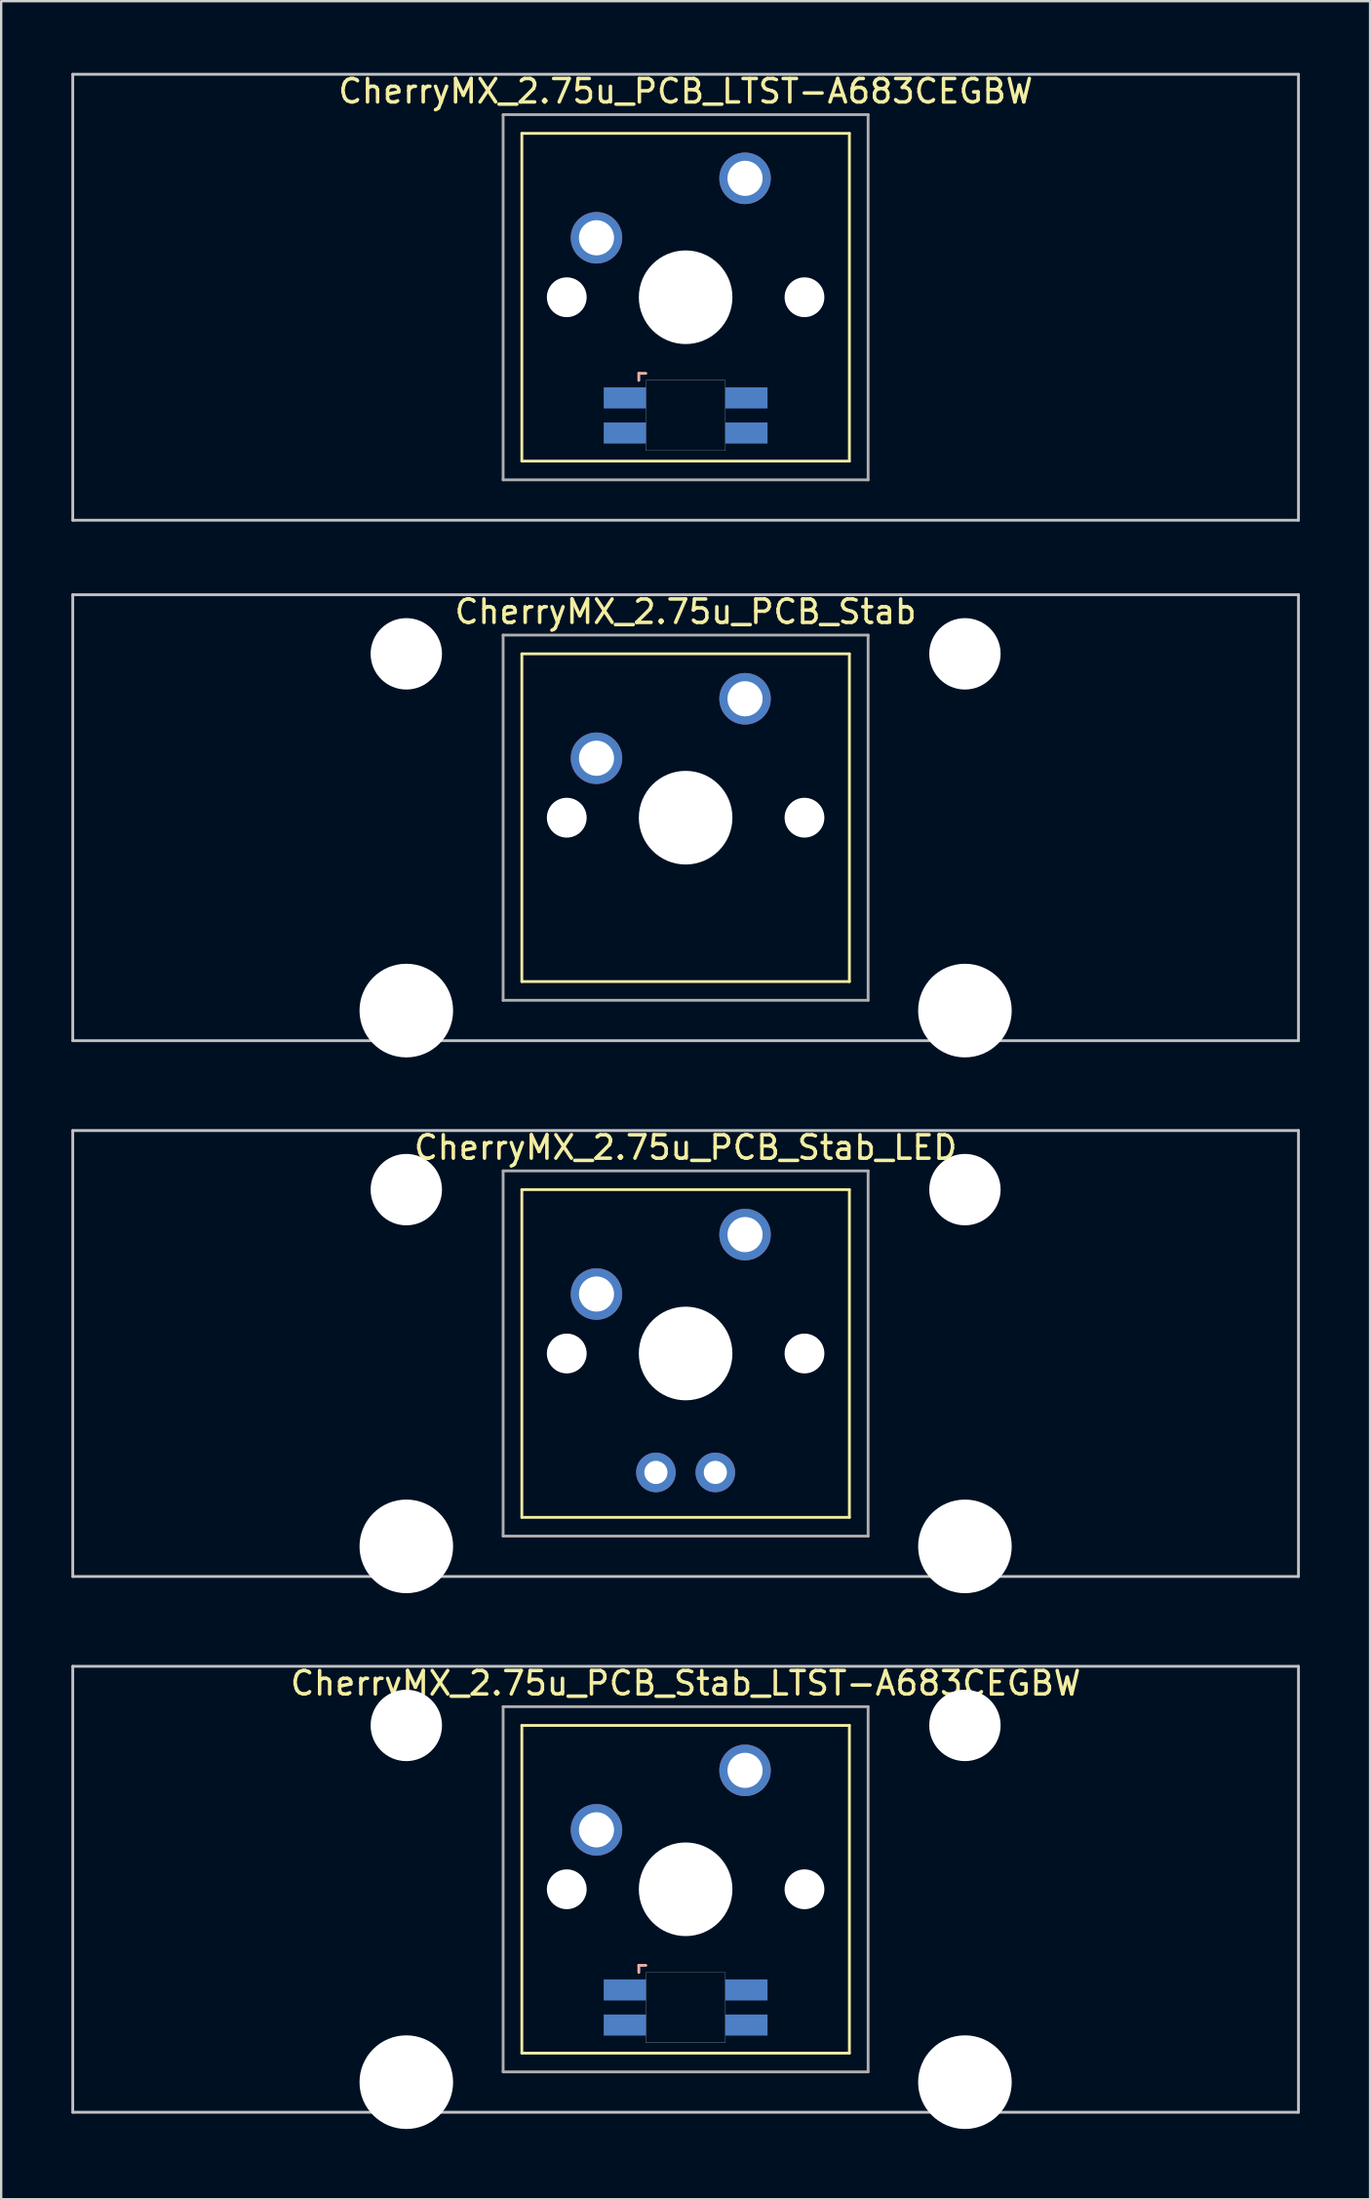
<source format=kicad_pcb>
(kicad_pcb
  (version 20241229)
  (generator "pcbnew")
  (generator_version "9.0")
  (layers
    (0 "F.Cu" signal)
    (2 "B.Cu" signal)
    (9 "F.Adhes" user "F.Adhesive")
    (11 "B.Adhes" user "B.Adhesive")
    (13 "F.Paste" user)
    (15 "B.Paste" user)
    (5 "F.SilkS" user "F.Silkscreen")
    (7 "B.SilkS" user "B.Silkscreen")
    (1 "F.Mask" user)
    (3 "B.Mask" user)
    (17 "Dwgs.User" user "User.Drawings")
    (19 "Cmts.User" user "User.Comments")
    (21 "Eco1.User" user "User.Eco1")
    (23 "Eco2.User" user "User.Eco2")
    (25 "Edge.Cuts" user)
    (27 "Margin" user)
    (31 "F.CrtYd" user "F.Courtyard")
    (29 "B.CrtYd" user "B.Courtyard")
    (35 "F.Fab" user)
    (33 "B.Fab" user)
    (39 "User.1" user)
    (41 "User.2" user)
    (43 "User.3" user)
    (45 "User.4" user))
  (footprint "CherryMX_2.75u_PCB_LTST-A683CEGBW"
    (layer "F.Cu")
    (at 26.254 9.648)
    (property "Reference" "CherryMX_2.75u_PCB_LTST-A683CEGBW" (at 0 -8.8 0) (layer "F.SilkS") (effects (font (size 1 1) (thickness 0.15))))
    (attr through_hole)
    (fp_line (start -7 -7) (end -7 7) (stroke (width 0.12) (type solid)) (layer "F.SilkS"))
    (fp_line (start -7 -7) (end 7 -7) (stroke (width 0.12) (type solid)) (layer "F.SilkS"))
    (fp_line (start 7 -7) (end 7 7) (stroke (width 0.12) (type solid)) (layer "F.SilkS"))
    (fp_line (start 7 7) (end -7 7) (stroke (width 0.12) (type solid)) (layer "F.SilkS"))
    (fp_line (start -2 3.25) (end -2 3.55) (stroke (width 0.12) (type solid)) (layer "B.SilkS"))
    (fp_line (start -1.7 3.25) (end -2 3.25) (stroke (width 0.12) (type solid)) (layer "B.SilkS"))
    (fp_line (start -26.194 -9.525) (end 26.194 -9.525) (stroke (width 0.12) (type solid)) (layer "Dwgs.User"))
    (fp_line (start -26.194 9.525) (end -26.194 -9.525) (stroke (width 0.12) (type solid)) (layer "Dwgs.User"))
    (fp_line (start 26.194 -9.525) (end 26.194 9.525) (stroke (width 0.12) (type solid)) (layer "Dwgs.User"))
    (fp_line (start 26.194 9.525) (end -26.194 9.525) (stroke (width 0.12) (type solid)) (layer "Dwgs.User"))
    (fp_poly (pts (xy 1.7 6.55) (xy -1.7 6.55) (xy -1.7 3.55) (xy 1.7 3.55)) (stroke (width 0.01) (type solid)) (fill no) (layer "Edge.Cuts"))
    (fp_line (start -7.8 -7.8) (end -7.8 7.8) (stroke (width 0.12) (type solid)) (layer "F.Fab"))
    (fp_line (start -7.8 -7.8) (end 7.8 -7.8) (stroke (width 0.12) (type solid)) (layer "F.Fab"))
    (fp_line (start -7.8 7.8) (end 7.8 7.8) (stroke (width 0.12) (type solid)) (layer "F.Fab"))
    (fp_line (start 7.8 -7.8) (end 7.8 7.8) (stroke (width 0.12) (type solid)) (layer "F.Fab"))
    (pad "" np_thru_hole circle (at -5.08 0) (size 1.7 1.7) (drill 1.7) (layers "*.Cu" "*.Mask"))
    (pad "" np_thru_hole circle (at 0 0) (size 4 4) (drill 4) (layers "*.Cu" "*.Mask"))
    (pad "" np_thru_hole circle (at 5.08 0) (size 1.7 1.7) (drill 1.7) (layers "*.Cu" "*.Mask"))
    (pad "1" thru_hole circle (at -3.81 -2.54) (size 2.2 2.2) (drill 1.5) (layers "*.Cu" "*.Mask"))
    (pad "2" thru_hole circle (at 2.54 -5.08) (size 2.2 2.2) (drill 1.5) (layers "*.Cu" "*.Mask"))
    (pad "3" smd rect (at -2.6 4.3) (size 1.8 0.9) (layers "B.Cu" "B.Mask" "B.Paste"))
    (pad "4" smd rect (at -2.6 5.8) (size 1.8 0.9) (layers "B.Cu" "B.Mask" "B.Paste"))
    (pad "5" smd rect (at 2.6 4.3) (size 1.8 0.9) (layers "B.Cu" "B.Mask" "B.Paste"))
    (pad "6" smd rect (at 2.6 5.8) (size 1.8 0.9) (layers "B.Cu" "B.Mask" "B.Paste")))
  (footprint "CherryMX_2.75u_PCB_Stab_LED"
    (layer "F.Cu")
    (at 26.254 54.77)
    (property "Reference" "CherryMX_2.75u_PCB_Stab_LED" (at 0 -8.8 0) (layer "F.SilkS") (effects (font (size 1 1) (thickness 0.15))))
    (attr through_hole)
    (fp_line (start -7 -7) (end -7 7) (stroke (width 0.12) (type solid)) (layer "F.SilkS"))
    (fp_line (start -7 -7) (end 7 -7) (stroke (width 0.12) (type solid)) (layer "F.SilkS"))
    (fp_line (start 7 -7) (end 7 7) (stroke (width 0.12) (type solid)) (layer "F.SilkS"))
    (fp_line (start 7 7) (end -7 7) (stroke (width 0.12) (type solid)) (layer "F.SilkS"))
    (fp_line (start -26.194 -9.525) (end 26.194 -9.525) (stroke (width 0.12) (type solid)) (layer "Dwgs.User"))
    (fp_line (start -26.194 9.525) (end -26.194 -9.525) (stroke (width 0.12) (type solid)) (layer "Dwgs.User"))
    (fp_line (start 26.194 -9.525) (end 26.194 9.525) (stroke (width 0.12) (type solid)) (layer "Dwgs.User"))
    (fp_line (start 26.194 9.525) (end -26.194 9.525) (stroke (width 0.12) (type solid)) (layer "Dwgs.User"))
    (fp_line (start -7.8 -7.8) (end -7.8 7.8) (stroke (width 0.12) (type solid)) (layer "F.Fab"))
    (fp_line (start -7.8 -7.8) (end 7.8 -7.8) (stroke (width 0.12) (type solid)) (layer "F.Fab"))
    (fp_line (start -7.8 7.8) (end 7.8 7.8) (stroke (width 0.12) (type solid)) (layer "F.Fab"))
    (fp_line (start 7.8 -7.8) (end 7.8 7.8) (stroke (width 0.12) (type solid)) (layer "F.Fab"))
    (pad "" np_thru_hole circle (at -11.938 -7) (size 3.05 3.05) (drill 3.05) (layers "*.Cu" "*.Mask"))
    (pad "" np_thru_hole circle (at -11.938 8.24) (size 4 4) (drill 4) (layers "*.Cu" "*.Mask"))
    (pad "" np_thru_hole circle (at -5.08 0) (size 1.7 1.7) (drill 1.7) (layers "*.Cu" "*.Mask"))
    (pad "" np_thru_hole circle (at 0 0) (size 4 4) (drill 4) (layers "*.Cu" "*.Mask"))
    (pad "" np_thru_hole circle (at 5.08 0) (size 1.7 1.7) (drill 1.7) (layers "*.Cu" "*.Mask"))
    (pad "" np_thru_hole circle (at 11.938 -7) (size 3.05 3.05) (drill 3.05) (layers "*.Cu" "*.Mask"))
    (pad "" np_thru_hole circle (at 11.938 8.24) (size 4 4) (drill 4) (layers "*.Cu" "*.Mask"))
    (pad "1" thru_hole circle (at -3.81 -2.54) (size 2.2 2.2) (drill 1.5) (layers "*.Cu" "*.Mask"))
    (pad "2" thru_hole circle (at 2.54 -5.08) (size 2.2 2.2) (drill 1.5) (layers "*.Cu" "*.Mask"))
    (pad "3" thru_hole circle (at -1.27 5.08) (size 1.691 1.691) (drill 0.991) (layers "*.Cu" "*.Mask"))
    (pad "4" thru_hole circle (at 1.27 5.08) (size 1.691 1.691) (drill 0.991) (layers "*.Cu" "*.Mask")))
  (footprint "CherryMX_2.75u_PCB_Stab"
    (layer "F.Cu")
    (at 26.254 31.881)
    (property "Reference" "CherryMX_2.75u_PCB_Stab" (at 0 -8.8 0) (layer "F.SilkS") (effects (font (size 1 1) (thickness 0.15))))
    (attr through_hole)
    (fp_line (start -7 -7) (end -7 7) (stroke (width 0.12) (type solid)) (layer "F.SilkS"))
    (fp_line (start -7 -7) (end 7 -7) (stroke (width 0.12) (type solid)) (layer "F.SilkS"))
    (fp_line (start 7 -7) (end 7 7) (stroke (width 0.12) (type solid)) (layer "F.SilkS"))
    (fp_line (start 7 7) (end -7 7) (stroke (width 0.12) (type solid)) (layer "F.SilkS"))
    (fp_line (start -26.194 -9.525) (end 26.194 -9.525) (stroke (width 0.12) (type solid)) (layer "Dwgs.User"))
    (fp_line (start -26.194 9.525) (end -26.194 -9.525) (stroke (width 0.12) (type solid)) (layer "Dwgs.User"))
    (fp_line (start 26.194 -9.525) (end 26.194 9.525) (stroke (width 0.12) (type solid)) (layer "Dwgs.User"))
    (fp_line (start 26.194 9.525) (end -26.194 9.525) (stroke (width 0.12) (type solid)) (layer "Dwgs.User"))
    (fp_line (start -7.8 -7.8) (end -7.8 7.8) (stroke (width 0.12) (type solid)) (layer "F.Fab"))
    (fp_line (start -7.8 -7.8) (end 7.8 -7.8) (stroke (width 0.12) (type solid)) (layer "F.Fab"))
    (fp_line (start -7.8 7.8) (end 7.8 7.8) (stroke (width 0.12) (type solid)) (layer "F.Fab"))
    (fp_line (start 7.8 -7.8) (end 7.8 7.8) (stroke (width 0.12) (type solid)) (layer "F.Fab"))
    (pad "" np_thru_hole circle (at -11.938 -7) (size 3.05 3.05) (drill 3.05) (layers "*.Cu" "*.Mask"))
    (pad "" np_thru_hole circle (at -11.938 8.24) (size 4 4) (drill 4) (layers "*.Cu" "*.Mask"))
    (pad "" np_thru_hole circle (at -5.08 0) (size 1.7 1.7) (drill 1.7) (layers "*.Cu" "*.Mask"))
    (pad "" np_thru_hole circle (at 0 0) (size 4 4) (drill 4) (layers "*.Cu" "*.Mask"))
    (pad "" np_thru_hole circle (at 5.08 0) (size 1.7 1.7) (drill 1.7) (layers "*.Cu" "*.Mask"))
    (pad "" np_thru_hole circle (at 11.938 -7) (size 3.05 3.05) (drill 3.05) (layers "*.Cu" "*.Mask"))
    (pad "" np_thru_hole circle (at 11.938 8.24) (size 4 4) (drill 4) (layers "*.Cu" "*.Mask"))
    (pad "1" thru_hole circle (at -3.81 -2.54) (size 2.2 2.2) (drill 1.5) (layers "*.Cu" "*.Mask"))
    (pad "2" thru_hole circle (at 2.54 -5.08) (size 2.2 2.2) (drill 1.5) (layers "*.Cu" "*.Mask")))
  (footprint "CherryMX_2.75u_PCB_Stab_LTST-A683CEGBW"
    (layer "F.Cu")
    (at 26.254 77.658)
    (property "Reference" "CherryMX_2.75u_PCB_Stab_LTST-A683CEGBW" (at 0 -8.8 0) (layer "F.SilkS") (effects (font (size 1 1) (thickness 0.15))))
    (attr through_hole)
    (fp_line (start -7 -7) (end -7 7) (stroke (width 0.12) (type solid)) (layer "F.SilkS"))
    (fp_line (start -7 -7) (end 7 -7) (stroke (width 0.12) (type solid)) (layer "F.SilkS"))
    (fp_line (start 7 -7) (end 7 7) (stroke (width 0.12) (type solid)) (layer "F.SilkS"))
    (fp_line (start 7 7) (end -7 7) (stroke (width 0.12) (type solid)) (layer "F.SilkS"))
    (fp_line (start -2 3.25) (end -2 3.55) (stroke (width 0.12) (type solid)) (layer "B.SilkS"))
    (fp_line (start -1.7 3.25) (end -2 3.25) (stroke (width 0.12) (type solid)) (layer "B.SilkS"))
    (fp_line (start -26.194 -9.525) (end 26.194 -9.525) (stroke (width 0.12) (type solid)) (layer "Dwgs.User"))
    (fp_line (start -26.194 9.525) (end -26.194 -9.525) (stroke (width 0.12) (type solid)) (layer "Dwgs.User"))
    (fp_line (start 26.194 -9.525) (end 26.194 9.525) (stroke (width 0.12) (type solid)) (layer "Dwgs.User"))
    (fp_line (start 26.194 9.525) (end -26.194 9.525) (stroke (width 0.12) (type solid)) (layer "Dwgs.User"))
    (fp_poly (pts (xy 1.7 6.55) (xy -1.7 6.55) (xy -1.7 3.55) (xy 1.7 3.55)) (stroke (width 0.01) (type solid)) (fill no) (layer "Edge.Cuts"))
    (fp_line (start -7.8 -7.8) (end -7.8 7.8) (stroke (width 0.12) (type solid)) (layer "F.Fab"))
    (fp_line (start -7.8 -7.8) (end 7.8 -7.8) (stroke (width 0.12) (type solid)) (layer "F.Fab"))
    (fp_line (start -7.8 7.8) (end 7.8 7.8) (stroke (width 0.12) (type solid)) (layer "F.Fab"))
    (fp_line (start 7.8 -7.8) (end 7.8 7.8) (stroke (width 0.12) (type solid)) (layer "F.Fab"))
    (pad "" np_thru_hole circle (at -11.938 -7) (size 3.05 3.05) (drill 3.05) (layers "*.Cu" "*.Mask"))
    (pad "" np_thru_hole circle (at -11.938 8.24) (size 4 4) (drill 4) (layers "*.Cu" "*.Mask"))
    (pad "" np_thru_hole circle (at -5.08 0) (size 1.7 1.7) (drill 1.7) (layers "*.Cu" "*.Mask"))
    (pad "" np_thru_hole circle (at 0 0) (size 4 4) (drill 4) (layers "*.Cu" "*.Mask"))
    (pad "" np_thru_hole circle (at 5.08 0) (size 1.7 1.7) (drill 1.7) (layers "*.Cu" "*.Mask"))
    (pad "" np_thru_hole circle (at 11.938 -7) (size 3.05 3.05) (drill 3.05) (layers "*.Cu" "*.Mask"))
    (pad "" np_thru_hole circle (at 11.938 8.24) (size 4 4) (drill 4) (layers "*.Cu" "*.Mask"))
    (pad "1" thru_hole circle (at -3.81 -2.54) (size 2.2 2.2) (drill 1.5) (layers "*.Cu" "*.Mask"))
    (pad "2" thru_hole circle (at 2.54 -5.08) (size 2.2 2.2) (drill 1.5) (layers "*.Cu" "*.Mask"))
    (pad "3" smd rect (at -2.6 4.3) (size 1.8 0.9) (layers "B.Cu" "B.Mask" "B.Paste"))
    (pad "4" smd rect (at -2.6 5.8) (size 1.8 0.9) (layers "B.Cu" "B.Mask" "B.Paste"))
    (pad "5" smd rect (at 2.6 4.3) (size 1.8 0.9) (layers "B.Cu" "B.Mask" "B.Paste"))
    (pad "6" smd rect (at 2.6 5.8) (size 1.8 0.9) (layers "B.Cu" "B.Mask" "B.Paste")))
  (gr_rect
    (start -3 -3)
    (end 55.508 90.898)
    (stroke (width 0.1) (type default))
    (fill no)
    (layer "Edge.Cuts")))
</source>
